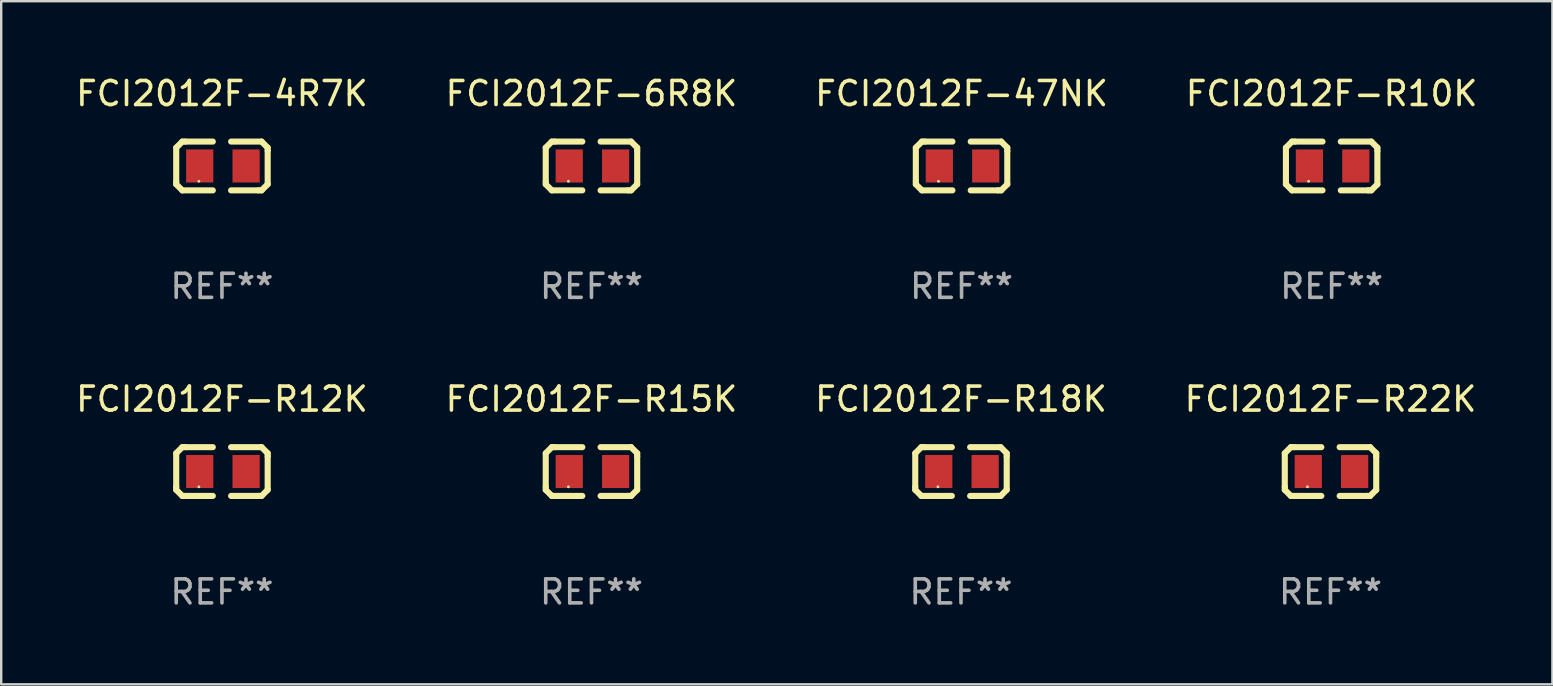
<source format=kicad_pcb>
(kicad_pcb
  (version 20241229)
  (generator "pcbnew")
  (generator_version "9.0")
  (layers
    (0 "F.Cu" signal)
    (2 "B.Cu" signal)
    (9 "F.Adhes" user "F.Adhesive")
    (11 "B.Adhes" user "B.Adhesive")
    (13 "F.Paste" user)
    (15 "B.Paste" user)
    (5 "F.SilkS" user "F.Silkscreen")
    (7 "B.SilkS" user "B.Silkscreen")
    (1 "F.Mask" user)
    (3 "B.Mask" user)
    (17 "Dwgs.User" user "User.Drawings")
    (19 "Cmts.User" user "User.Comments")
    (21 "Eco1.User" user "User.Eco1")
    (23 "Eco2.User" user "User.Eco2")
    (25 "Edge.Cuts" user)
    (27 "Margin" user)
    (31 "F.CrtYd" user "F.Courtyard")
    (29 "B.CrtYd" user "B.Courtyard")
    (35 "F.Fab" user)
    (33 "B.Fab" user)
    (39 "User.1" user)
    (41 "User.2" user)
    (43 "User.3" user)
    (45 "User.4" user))
  (footprint "FCI2012F-6R8K"
    (layer "F.Cu")
    (at 21.589 3.864)
    (property "Reference" "FCI2012F-6R8K" (at 0 -3.016 0) (layer "F.SilkS") (effects (font (size 1 1) (thickness 0.15))))
    (attr through_hole)
    (fp_line (start -1.905 -0.762) (end -1.905 0.635) (stroke (width 0.254) (type solid)) (layer "F.SilkS"))
    (fp_line (start -1.905 0.635) (end -1.905 0.762) (stroke (width 0.254) (type solid)) (layer "F.SilkS"))
    (fp_line (start -1.905 0.762) (end -1.651 1.016) (stroke (width 0.254) (type solid)) (layer "F.SilkS"))
    (fp_line (start -1.651 -1.016) (end -1.905 -0.762) (stroke (width 0.254) (type solid)) (layer "F.SilkS"))
    (fp_line (start -1.651 1.016) (end -0.381 1.016) (stroke (width 0.254) (type solid)) (layer "F.SilkS"))
    (fp_line (start -1.524 -1.016) (end -1.651 -1.016) (stroke (width 0.254) (type solid)) (layer "F.SilkS"))
    (fp_line (start -0.381 -1.016) (end -1.524 -1.016) (stroke (width 0.254) (type solid)) (layer "F.SilkS"))
    (fp_line (start 0.381 1.016) (end 1.524 1.016) (stroke (width 0.254) (type solid)) (layer "F.SilkS"))
    (fp_line (start 1.524 1.016) (end 1.651 1.016) (stroke (width 0.254) (type solid)) (layer "F.SilkS"))
    (fp_line (start 1.651 -1.016) (end 0.381 -1.016) (stroke (width 0.254) (type solid)) (layer "F.SilkS"))
    (fp_line (start 1.651 1.016) (end 1.905 0.762) (stroke (width 0.254) (type solid)) (layer "F.SilkS"))
    (fp_line (start 1.905 -0.762) (end 1.651 -1.016) (stroke (width 0.254) (type solid)) (layer "F.SilkS"))
    (fp_line (start 1.905 -0.635) (end 1.905 -0.762) (stroke (width 0.254) (type solid)) (layer "F.SilkS"))
    (fp_line (start 1.905 0.762) (end 1.905 -0.635) (stroke (width 0.254) (type solid)) (layer "F.SilkS"))
    (fp_circle (center -0.96 0.637) (end -0.93 0.637) (stroke (width 0.06) (type solid)) (fill no) (layer "F.SilkS"))
    (fp_text user "REF**" (at 0 5.016 0) (layer "F.Fab") (effects (font (size 1 1) (thickness 0.15))))
    (pad "1" smd rect (at -0.926 -0.000051) (size 1.133 1.377) (layers "F.Cu" "F.Mask" "F.Paste"))
    (pad "2" smd rect (at 1.006 -0.000051) (size 1.133 1.377) (layers "F.Cu" "F.Mask" "F.Paste")))
  (footprint "FCI2012F-R22K"
    (layer "F.Cu")
    (at 52.375 16.593)
    (property "Reference" "FCI2012F-R22K" (at 0 -3.016 0) (layer "F.SilkS") (effects (font (size 1 1) (thickness 0.15))))
    (attr through_hole)
    (fp_line (start -1.905 -0.762) (end -1.905 0.635) (stroke (width 0.254) (type solid)) (layer "F.SilkS"))
    (fp_line (start -1.905 0.635) (end -1.905 0.762) (stroke (width 0.254) (type solid)) (layer "F.SilkS"))
    (fp_line (start -1.905 0.762) (end -1.651 1.016) (stroke (width 0.254) (type solid)) (layer "F.SilkS"))
    (fp_line (start -1.651 -1.016) (end -1.905 -0.762) (stroke (width 0.254) (type solid)) (layer "F.SilkS"))
    (fp_line (start -1.651 1.016) (end -0.381 1.016) (stroke (width 0.254) (type solid)) (layer "F.SilkS"))
    (fp_line (start -1.524 -1.016) (end -1.651 -1.016) (stroke (width 0.254) (type solid)) (layer "F.SilkS"))
    (fp_line (start -0.381 -1.016) (end -1.524 -1.016) (stroke (width 0.254) (type solid)) (layer "F.SilkS"))
    (fp_line (start 0.381 1.016) (end 1.524 1.016) (stroke (width 0.254) (type solid)) (layer "F.SilkS"))
    (fp_line (start 1.524 1.016) (end 1.651 1.016) (stroke (width 0.254) (type solid)) (layer "F.SilkS"))
    (fp_line (start 1.651 -1.016) (end 0.381 -1.016) (stroke (width 0.254) (type solid)) (layer "F.SilkS"))
    (fp_line (start 1.651 1.016) (end 1.905 0.762) (stroke (width 0.254) (type solid)) (layer "F.SilkS"))
    (fp_line (start 1.905 -0.762) (end 1.651 -1.016) (stroke (width 0.254) (type solid)) (layer "F.SilkS"))
    (fp_line (start 1.905 -0.635) (end 1.905 -0.762) (stroke (width 0.254) (type solid)) (layer "F.SilkS"))
    (fp_line (start 1.905 0.762) (end 1.905 -0.635) (stroke (width 0.254) (type solid)) (layer "F.SilkS"))
    (fp_circle (center -0.96 0.637) (end -0.93 0.637) (stroke (width 0.06) (type solid)) (fill no) (layer "F.SilkS"))
    (fp_text user "REF**" (at 0 5.016 0) (layer "F.Fab") (effects (font (size 1 1) (thickness 0.15))))
    (pad "1" smd rect (at -0.926 -0.000051) (size 1.133 1.377) (layers "F.Cu" "F.Mask" "F.Paste"))
    (pad "2" smd rect (at 1.006 -0.000051) (size 1.133 1.377) (layers "F.Cu" "F.Mask" "F.Paste")))
  (footprint "FCI2012F-4R7K"
    (layer "F.Cu")
    (at 6.196 3.864)
    (property "Reference" "FCI2012F-4R7K" (at 0 -3.016 0) (layer "F.SilkS") (effects (font (size 1 1) (thickness 0.15))))
    (attr through_hole)
    (fp_line (start -1.905 -0.762) (end -1.905 0.635) (stroke (width 0.254) (type solid)) (layer "F.SilkS"))
    (fp_line (start -1.905 0.635) (end -1.905 0.762) (stroke (width 0.254) (type solid)) (layer "F.SilkS"))
    (fp_line (start -1.905 0.762) (end -1.651 1.016) (stroke (width 0.254) (type solid)) (layer "F.SilkS"))
    (fp_line (start -1.651 -1.016) (end -1.905 -0.762) (stroke (width 0.254) (type solid)) (layer "F.SilkS"))
    (fp_line (start -1.651 1.016) (end -0.381 1.016) (stroke (width 0.254) (type solid)) (layer "F.SilkS"))
    (fp_line (start -1.524 -1.016) (end -1.651 -1.016) (stroke (width 0.254) (type solid)) (layer "F.SilkS"))
    (fp_line (start -0.381 -1.016) (end -1.524 -1.016) (stroke (width 0.254) (type solid)) (layer "F.SilkS"))
    (fp_line (start 0.381 1.016) (end 1.524 1.016) (stroke (width 0.254) (type solid)) (layer "F.SilkS"))
    (fp_line (start 1.524 1.016) (end 1.651 1.016) (stroke (width 0.254) (type solid)) (layer "F.SilkS"))
    (fp_line (start 1.651 -1.016) (end 0.381 -1.016) (stroke (width 0.254) (type solid)) (layer "F.SilkS"))
    (fp_line (start 1.651 1.016) (end 1.905 0.762) (stroke (width 0.254) (type solid)) (layer "F.SilkS"))
    (fp_line (start 1.905 -0.762) (end 1.651 -1.016) (stroke (width 0.254) (type solid)) (layer "F.SilkS"))
    (fp_line (start 1.905 -0.635) (end 1.905 -0.762) (stroke (width 0.254) (type solid)) (layer "F.SilkS"))
    (fp_line (start 1.905 0.762) (end 1.905 -0.635) (stroke (width 0.254) (type solid)) (layer "F.SilkS"))
    (fp_circle (center -0.96 0.637) (end -0.93 0.637) (stroke (width 0.06) (type solid)) (fill no) (layer "F.SilkS"))
    (fp_text user "REF**" (at 0 5.016 0) (layer "F.Fab") (effects (font (size 1 1) (thickness 0.15))))
    (pad "1" smd rect (at -0.926 -0.000051) (size 1.133 1.377) (layers "F.Cu" "F.Mask" "F.Paste"))
    (pad "2" smd rect (at 1.006 -0.000051) (size 1.133 1.377) (layers "F.Cu" "F.Mask" "F.Paste")))
  (footprint "FCI2012F-R12K"
    (layer "F.Cu")
    (at 6.196 16.593)
    (property "Reference" "FCI2012F-R12K" (at 0 -3.016 0) (layer "F.SilkS") (effects (font (size 1 1) (thickness 0.15))))
    (attr through_hole)
    (fp_line (start -1.905 -0.762) (end -1.905 0.635) (stroke (width 0.254) (type solid)) (layer "F.SilkS"))
    (fp_line (start -1.905 0.635) (end -1.905 0.762) (stroke (width 0.254) (type solid)) (layer "F.SilkS"))
    (fp_line (start -1.905 0.762) (end -1.651 1.016) (stroke (width 0.254) (type solid)) (layer "F.SilkS"))
    (fp_line (start -1.651 -1.016) (end -1.905 -0.762) (stroke (width 0.254) (type solid)) (layer "F.SilkS"))
    (fp_line (start -1.651 1.016) (end -0.381 1.016) (stroke (width 0.254) (type solid)) (layer "F.SilkS"))
    (fp_line (start -1.524 -1.016) (end -1.651 -1.016) (stroke (width 0.254) (type solid)) (layer "F.SilkS"))
    (fp_line (start -0.381 -1.016) (end -1.524 -1.016) (stroke (width 0.254) (type solid)) (layer "F.SilkS"))
    (fp_line (start 0.381 1.016) (end 1.524 1.016) (stroke (width 0.254) (type solid)) (layer "F.SilkS"))
    (fp_line (start 1.524 1.016) (end 1.651 1.016) (stroke (width 0.254) (type solid)) (layer "F.SilkS"))
    (fp_line (start 1.651 -1.016) (end 0.381 -1.016) (stroke (width 0.254) (type solid)) (layer "F.SilkS"))
    (fp_line (start 1.651 1.016) (end 1.905 0.762) (stroke (width 0.254) (type solid)) (layer "F.SilkS"))
    (fp_line (start 1.905 -0.762) (end 1.651 -1.016) (stroke (width 0.254) (type solid)) (layer "F.SilkS"))
    (fp_line (start 1.905 -0.635) (end 1.905 -0.762) (stroke (width 0.254) (type solid)) (layer "F.SilkS"))
    (fp_line (start 1.905 0.762) (end 1.905 -0.635) (stroke (width 0.254) (type solid)) (layer "F.SilkS"))
    (fp_circle (center -0.96 0.637) (end -0.93 0.637) (stroke (width 0.06) (type solid)) (fill no) (layer "F.SilkS"))
    (fp_text user "REF**" (at 0 5.016 0) (layer "F.Fab") (effects (font (size 1 1) (thickness 0.15))))
    (pad "1" smd rect (at -0.926 -0.000051) (size 1.133 1.377) (layers "F.Cu" "F.Mask" "F.Paste"))
    (pad "2" smd rect (at 1.006 -0.000051) (size 1.133 1.377) (layers "F.Cu" "F.Mask" "F.Paste")))
  (footprint "FCI2012F-R18K"
    (layer "F.Cu")
    (at 36.982 16.593)
    (property "Reference" "FCI2012F-R18K" (at 0 -3.016 0) (layer "F.SilkS") (effects (font (size 1 1) (thickness 0.15))))
    (attr through_hole)
    (fp_line (start -1.905 -0.762) (end -1.905 0.635) (stroke (width 0.254) (type solid)) (layer "F.SilkS"))
    (fp_line (start -1.905 0.635) (end -1.905 0.762) (stroke (width 0.254) (type solid)) (layer "F.SilkS"))
    (fp_line (start -1.905 0.762) (end -1.651 1.016) (stroke (width 0.254) (type solid)) (layer "F.SilkS"))
    (fp_line (start -1.651 -1.016) (end -1.905 -0.762) (stroke (width 0.254) (type solid)) (layer "F.SilkS"))
    (fp_line (start -1.651 1.016) (end -0.381 1.016) (stroke (width 0.254) (type solid)) (layer "F.SilkS"))
    (fp_line (start -1.524 -1.016) (end -1.651 -1.016) (stroke (width 0.254) (type solid)) (layer "F.SilkS"))
    (fp_line (start -0.381 -1.016) (end -1.524 -1.016) (stroke (width 0.254) (type solid)) (layer "F.SilkS"))
    (fp_line (start 0.381 1.016) (end 1.524 1.016) (stroke (width 0.254) (type solid)) (layer "F.SilkS"))
    (fp_line (start 1.524 1.016) (end 1.651 1.016) (stroke (width 0.254) (type solid)) (layer "F.SilkS"))
    (fp_line (start 1.651 -1.016) (end 0.381 -1.016) (stroke (width 0.254) (type solid)) (layer "F.SilkS"))
    (fp_line (start 1.651 1.016) (end 1.905 0.762) (stroke (width 0.254) (type solid)) (layer "F.SilkS"))
    (fp_line (start 1.905 -0.762) (end 1.651 -1.016) (stroke (width 0.254) (type solid)) (layer "F.SilkS"))
    (fp_line (start 1.905 -0.635) (end 1.905 -0.762) (stroke (width 0.254) (type solid)) (layer "F.SilkS"))
    (fp_line (start 1.905 0.762) (end 1.905 -0.635) (stroke (width 0.254) (type solid)) (layer "F.SilkS"))
    (fp_circle (center -0.96 0.637) (end -0.93 0.637) (stroke (width 0.06) (type solid)) (fill no) (layer "F.SilkS"))
    (fp_text user "REF**" (at 0 5.016 0) (layer "F.Fab") (effects (font (size 1 1) (thickness 0.15))))
    (pad "1" smd rect (at -0.926 -0.000051) (size 1.133 1.377) (layers "F.Cu" "F.Mask" "F.Paste"))
    (pad "2" smd rect (at 1.006 -0.000051) (size 1.133 1.377) (layers "F.Cu" "F.Mask" "F.Paste")))
  (footprint "FCI2012F-47NK"
    (layer "F.Cu")
    (at 37.006 3.864)
    (property "Reference" "FCI2012F-47NK" (at 0 -3.016 0) (layer "F.SilkS") (effects (font (size 1 1) (thickness 0.15))))
    (attr through_hole)
    (fp_line (start -1.905 -0.762) (end -1.905 0.635) (stroke (width 0.254) (type solid)) (layer "F.SilkS"))
    (fp_line (start -1.905 0.635) (end -1.905 0.762) (stroke (width 0.254) (type solid)) (layer "F.SilkS"))
    (fp_line (start -1.905 0.762) (end -1.651 1.016) (stroke (width 0.254) (type solid)) (layer "F.SilkS"))
    (fp_line (start -1.651 -1.016) (end -1.905 -0.762) (stroke (width 0.254) (type solid)) (layer "F.SilkS"))
    (fp_line (start -1.651 1.016) (end -0.381 1.016) (stroke (width 0.254) (type solid)) (layer "F.SilkS"))
    (fp_line (start -1.524 -1.016) (end -1.651 -1.016) (stroke (width 0.254) (type solid)) (layer "F.SilkS"))
    (fp_line (start -0.381 -1.016) (end -1.524 -1.016) (stroke (width 0.254) (type solid)) (layer "F.SilkS"))
    (fp_line (start 0.381 1.016) (end 1.524 1.016) (stroke (width 0.254) (type solid)) (layer "F.SilkS"))
    (fp_line (start 1.524 1.016) (end 1.651 1.016) (stroke (width 0.254) (type solid)) (layer "F.SilkS"))
    (fp_line (start 1.651 -1.016) (end 0.381 -1.016) (stroke (width 0.254) (type solid)) (layer "F.SilkS"))
    (fp_line (start 1.651 1.016) (end 1.905 0.762) (stroke (width 0.254) (type solid)) (layer "F.SilkS"))
    (fp_line (start 1.905 -0.762) (end 1.651 -1.016) (stroke (width 0.254) (type solid)) (layer "F.SilkS"))
    (fp_line (start 1.905 -0.635) (end 1.905 -0.762) (stroke (width 0.254) (type solid)) (layer "F.SilkS"))
    (fp_line (start 1.905 0.762) (end 1.905 -0.635) (stroke (width 0.254) (type solid)) (layer "F.SilkS"))
    (fp_circle (center -0.96 0.637) (end -0.93 0.637) (stroke (width 0.06) (type solid)) (fill no) (layer "F.SilkS"))
    (fp_text user "REF**" (at 0 5.016 0) (layer "F.Fab") (effects (font (size 1 1) (thickness 0.15))))
    (pad "1" smd rect (at -0.926 -0.000051) (size 1.133 1.377) (layers "F.Cu" "F.Mask" "F.Paste"))
    (pad "2" smd rect (at 1.006 -0.000051) (size 1.133 1.377) (layers "F.Cu" "F.Mask" "F.Paste")))
  (footprint "FCI2012F-R15K"
    (layer "F.Cu")
    (at 21.589 16.593)
    (property "Reference" "FCI2012F-R15K" (at 0 -3.016 0) (layer "F.SilkS") (effects (font (size 1 1) (thickness 0.15))))
    (attr through_hole)
    (fp_line (start -1.905 -0.762) (end -1.905 0.635) (stroke (width 0.254) (type solid)) (layer "F.SilkS"))
    (fp_line (start -1.905 0.635) (end -1.905 0.762) (stroke (width 0.254) (type solid)) (layer "F.SilkS"))
    (fp_line (start -1.905 0.762) (end -1.651 1.016) (stroke (width 0.254) (type solid)) (layer "F.SilkS"))
    (fp_line (start -1.651 -1.016) (end -1.905 -0.762) (stroke (width 0.254) (type solid)) (layer "F.SilkS"))
    (fp_line (start -1.651 1.016) (end -0.381 1.016) (stroke (width 0.254) (type solid)) (layer "F.SilkS"))
    (fp_line (start -1.524 -1.016) (end -1.651 -1.016) (stroke (width 0.254) (type solid)) (layer "F.SilkS"))
    (fp_line (start -0.381 -1.016) (end -1.524 -1.016) (stroke (width 0.254) (type solid)) (layer "F.SilkS"))
    (fp_line (start 0.381 1.016) (end 1.524 1.016) (stroke (width 0.254) (type solid)) (layer "F.SilkS"))
    (fp_line (start 1.524 1.016) (end 1.651 1.016) (stroke (width 0.254) (type solid)) (layer "F.SilkS"))
    (fp_line (start 1.651 -1.016) (end 0.381 -1.016) (stroke (width 0.254) (type solid)) (layer "F.SilkS"))
    (fp_line (start 1.651 1.016) (end 1.905 0.762) (stroke (width 0.254) (type solid)) (layer "F.SilkS"))
    (fp_line (start 1.905 -0.762) (end 1.651 -1.016) (stroke (width 0.254) (type solid)) (layer "F.SilkS"))
    (fp_line (start 1.905 -0.635) (end 1.905 -0.762) (stroke (width 0.254) (type solid)) (layer "F.SilkS"))
    (fp_line (start 1.905 0.762) (end 1.905 -0.635) (stroke (width 0.254) (type solid)) (layer "F.SilkS"))
    (fp_circle (center -0.96 0.637) (end -0.93 0.637) (stroke (width 0.06) (type solid)) (fill no) (layer "F.SilkS"))
    (fp_text user "REF**" (at 0 5.016 0) (layer "F.Fab") (effects (font (size 1 1) (thickness 0.15))))
    (pad "1" smd rect (at -0.926 -0.000051) (size 1.133 1.377) (layers "F.Cu" "F.Mask" "F.Paste"))
    (pad "2" smd rect (at 1.006 -0.000051) (size 1.133 1.377) (layers "F.Cu" "F.Mask" "F.Paste")))
  (footprint "FCI2012F-R10K"
    (layer "F.Cu")
    (at 52.423 3.864)
    (property "Reference" "FCI2012F-R10K" (at 0 -3.016 0) (layer "F.SilkS") (effects (font (size 1 1) (thickness 0.15))))
    (attr through_hole)
    (fp_line (start -1.905 -0.762) (end -1.905 0.635) (stroke (width 0.254) (type solid)) (layer "F.SilkS"))
    (fp_line (start -1.905 0.635) (end -1.905 0.762) (stroke (width 0.254) (type solid)) (layer "F.SilkS"))
    (fp_line (start -1.905 0.762) (end -1.651 1.016) (stroke (width 0.254) (type solid)) (layer "F.SilkS"))
    (fp_line (start -1.651 -1.016) (end -1.905 -0.762) (stroke (width 0.254) (type solid)) (layer "F.SilkS"))
    (fp_line (start -1.651 1.016) (end -0.381 1.016) (stroke (width 0.254) (type solid)) (layer "F.SilkS"))
    (fp_line (start -1.524 -1.016) (end -1.651 -1.016) (stroke (width 0.254) (type solid)) (layer "F.SilkS"))
    (fp_line (start -0.381 -1.016) (end -1.524 -1.016) (stroke (width 0.254) (type solid)) (layer "F.SilkS"))
    (fp_line (start 0.381 1.016) (end 1.524 1.016) (stroke (width 0.254) (type solid)) (layer "F.SilkS"))
    (fp_line (start 1.524 1.016) (end 1.651 1.016) (stroke (width 0.254) (type solid)) (layer "F.SilkS"))
    (fp_line (start 1.651 -1.016) (end 0.381 -1.016) (stroke (width 0.254) (type solid)) (layer "F.SilkS"))
    (fp_line (start 1.651 1.016) (end 1.905 0.762) (stroke (width 0.254) (type solid)) (layer "F.SilkS"))
    (fp_line (start 1.905 -0.762) (end 1.651 -1.016) (stroke (width 0.254) (type solid)) (layer "F.SilkS"))
    (fp_line (start 1.905 -0.635) (end 1.905 -0.762) (stroke (width 0.254) (type solid)) (layer "F.SilkS"))
    (fp_line (start 1.905 0.762) (end 1.905 -0.635) (stroke (width 0.254) (type solid)) (layer "F.SilkS"))
    (fp_circle (center -0.96 0.637) (end -0.93 0.637) (stroke (width 0.06) (type solid)) (fill no) (layer "F.SilkS"))
    (fp_text user "REF**" (at 0 5.016 0) (layer "F.Fab") (effects (font (size 1 1) (thickness 0.15))))
    (pad "1" smd rect (at -0.926 -0.000051) (size 1.133 1.377) (layers "F.Cu" "F.Mask" "F.Paste"))
    (pad "2" smd rect (at 1.006 -0.000051) (size 1.133 1.377) (layers "F.Cu" "F.Mask" "F.Paste")))
  (gr_rect
    (start -3 -3)
    (end 61.619 25.457)
    (stroke (width 0.1) (type default))
    (fill no)
    (layer "Edge.Cuts")))
</source>
